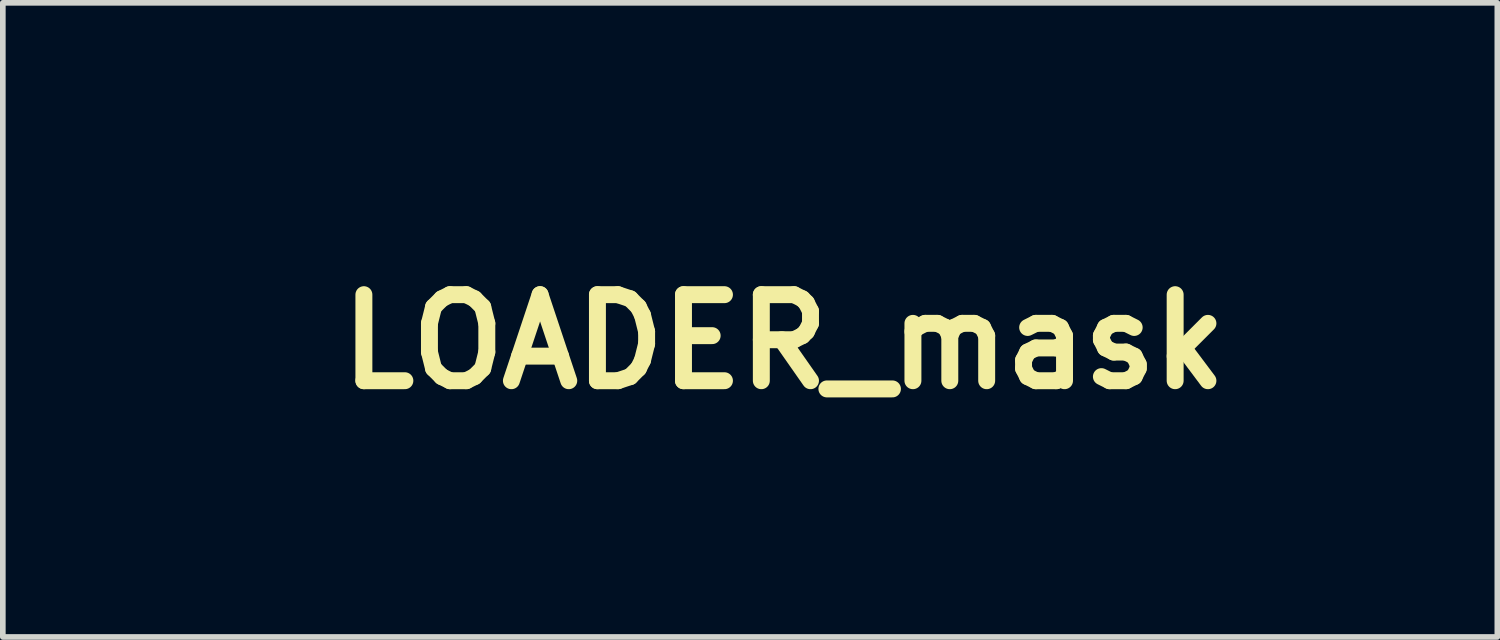
<source format=kicad_pcb>
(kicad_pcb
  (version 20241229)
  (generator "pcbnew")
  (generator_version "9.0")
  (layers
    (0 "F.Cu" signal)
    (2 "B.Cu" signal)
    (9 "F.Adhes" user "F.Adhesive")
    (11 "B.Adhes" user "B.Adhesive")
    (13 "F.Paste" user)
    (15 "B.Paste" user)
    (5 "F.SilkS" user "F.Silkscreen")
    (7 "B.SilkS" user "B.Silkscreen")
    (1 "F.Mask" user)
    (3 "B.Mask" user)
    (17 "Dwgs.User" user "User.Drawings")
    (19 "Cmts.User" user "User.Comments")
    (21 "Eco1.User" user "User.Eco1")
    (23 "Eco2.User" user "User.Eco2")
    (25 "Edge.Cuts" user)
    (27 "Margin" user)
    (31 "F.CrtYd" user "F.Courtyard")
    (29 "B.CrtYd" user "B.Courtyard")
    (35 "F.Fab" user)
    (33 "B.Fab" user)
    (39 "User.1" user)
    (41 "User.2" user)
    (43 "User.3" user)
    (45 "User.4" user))
  (footprint "LOADER_mask"
    (layer "F.Cu")
    (at 10.834 3.004)
    (property "Reference" "LOADER_mask" (at 0 0 0) (layer "F.SilkS") (effects (font (size 1.524 1.524) (thickness 0.3))))
    (attr through_hole)
    (fp_poly (pts (xy 4.44 -2.998) (xy 4.485 -2.997) (xy 4.508 -2.994) (xy 4.534 -2.984) (xy 4.558 -2.969) (xy 4.582 -2.944) (xy 4.606 -2.909) (xy 4.634 -2.859) (xy 4.665 -2.792) (xy 4.703 -2.707) (xy 4.733 -2.634) (xy 4.766 -2.555) (xy 4.808 -2.455) (xy 4.858 -2.335) (xy 4.915 -2.197) (xy 4.979 -2.044) (xy 5.049 -1.876) (xy 5.124 -1.697) (xy 5.204 -1.507) (xy 5.286 -1.309) (xy 5.372 -1.104) (xy 5.459 -0.895) (xy 5.548 -0.683) (xy 5.637 -0.47) (xy 5.725 -0.259) (xy 5.812 -0.05) (xy 5.897 0.154) (xy 5.979 0.351) (xy 6.058 0.539) (xy 6.132 0.717) (xy 6.201 0.882) (xy 6.264 1.033) (xy 6.321 1.168) (xy 6.37 1.284) (xy 6.41 1.381) (xy 6.43 1.429) (xy 6.49 1.573) (xy 6.541 1.695) (xy 6.583 1.799) (xy 6.617 1.884) (xy 6.644 1.954) (xy 6.663 2.01) (xy 6.676 2.055) (xy 6.683 2.089) (xy 6.685 2.116) (xy 6.682 2.137) (xy 6.675 2.153) (xy 6.664 2.168) (xy 6.651 2.181) (xy 6.616 2.216) (xy 6.378 2.219) (xy 6.293 2.22) (xy 6.229 2.22) (xy 6.182 2.219) (xy 6.147 2.216) (xy 6.121 2.211) (xy 6.099 2.203) (xy 6.087 2.198) (xy 6.037 2.164) (xy 6.008 2.123) (xy 6 2.104) (xy 5.982 2.063) (xy 5.954 1.998) (xy 5.917 1.911) (xy 5.871 1.802) (xy 5.816 1.672) (xy 5.752 1.52) (xy 5.68 1.348) (xy 5.599 1.155) (xy 5.509 0.942) (xy 5.412 0.709) (xy 5.306 0.457) (xy 5.192 0.186) (xy 5.071 -0.104) (xy 4.942 -0.412) (xy 4.806 -0.737) (xy 4.662 -1.081) (xy 4.541 -1.372) (xy 4.489 -1.496) (xy 4.429 -1.637) (xy 4.366 -1.788) (xy 4.301 -1.943) (xy 4.238 -2.095) (xy 4.178 -2.237) (xy 4.139 -2.33) (xy 4.084 -2.461) (xy 4.039 -2.571) (xy 4.002 -2.662) (xy 3.974 -2.736) (xy 3.953 -2.795) (xy 3.94 -2.841) (xy 3.933 -2.877) (xy 3.931 -2.904) (xy 3.935 -2.925) (xy 3.943 -2.942) (xy 3.955 -2.958) (xy 3.96 -2.962) (xy 3.971 -2.972) (xy 3.984 -2.98) (xy 4.003 -2.985) (xy 4.032 -2.989) (xy 4.074 -2.992) (xy 4.134 -2.994) (xy 4.214 -2.997) (xy 4.23 -2.997) (xy 4.308 -2.999) (xy 4.38 -2.999) (xy 4.44 -2.998)) (stroke (width 0.01) (type solid)) (fill yes) (layer "F.Mask"))
    (fp_poly (pts (xy 7.386 -2.998) (xy 7.431 -2.997) (xy 7.454 -2.994) (xy 7.481 -2.984) (xy 7.505 -2.969) (xy 7.528 -2.944) (xy 7.553 -2.909) (xy 7.58 -2.859) (xy 7.612 -2.792) (xy 7.649 -2.707) (xy 7.68 -2.634) (xy 7.713 -2.555) (xy 7.754 -2.455) (xy 7.804 -2.335) (xy 7.862 -2.197) (xy 7.926 -2.044) (xy 7.996 -1.876) (xy 8.071 -1.697) (xy 8.15 -1.507) (xy 8.233 -1.309) (xy 8.318 -1.104) (xy 8.406 -0.895) (xy 8.494 -0.683) (xy 8.583 -0.47) (xy 8.671 -0.259) (xy 8.758 -0.05) (xy 8.843 0.154) (xy 8.926 0.351) (xy 9.004 0.539) (xy 9.079 0.717) (xy 9.148 0.882) (xy 9.211 1.033) (xy 9.267 1.168) (xy 9.316 1.284) (xy 9.356 1.381) (xy 9.376 1.429) (xy 9.436 1.573) (xy 9.487 1.695) (xy 9.53 1.799) (xy 9.564 1.884) (xy 9.59 1.954) (xy 9.609 2.01) (xy 9.622 2.055) (xy 9.629 2.089) (xy 9.631 2.116) (xy 9.628 2.137) (xy 9.621 2.153) (xy 9.61 2.168) (xy 9.598 2.181) (xy 9.563 2.216) (xy 9.325 2.219) (xy 9.239 2.22) (xy 9.175 2.22) (xy 9.128 2.219) (xy 9.093 2.216) (xy 9.067 2.211) (xy 9.045 2.203) (xy 9.034 2.198) (xy 8.984 2.164) (xy 8.955 2.123) (xy 8.946 2.104) (xy 8.928 2.063) (xy 8.901 1.998) (xy 8.864 1.911) (xy 8.818 1.802) (xy 8.763 1.672) (xy 8.699 1.52) (xy 8.626 1.348) (xy 8.545 1.155) (xy 8.456 0.942) (xy 8.358 0.709) (xy 8.252 0.457) (xy 8.139 0.186) (xy 8.018 -0.104) (xy 7.889 -0.412) (xy 7.752 -0.737) (xy 7.609 -1.081) (xy 7.487 -1.372) (xy 7.435 -1.496) (xy 7.376 -1.637) (xy 7.313 -1.788) (xy 7.248 -1.943) (xy 7.184 -2.095) (xy 7.124 -2.237) (xy 7.085 -2.33) (xy 7.031 -2.461) (xy 6.985 -2.571) (xy 6.949 -2.662) (xy 6.921 -2.736) (xy 6.9 -2.795) (xy 6.886 -2.841) (xy 6.879 -2.877) (xy 6.877 -2.904) (xy 6.881 -2.925) (xy 6.889 -2.942) (xy 6.902 -2.958) (xy 6.906 -2.962) (xy 6.917 -2.972) (xy 6.931 -2.98) (xy 6.95 -2.985) (xy 6.979 -2.989) (xy 7.021 -2.992) (xy 7.08 -2.994) (xy 7.161 -2.997) (xy 7.176 -2.997) (xy 7.254 -2.999) (xy 7.326 -2.999) (xy 7.386 -2.998)) (stroke (width 0.01) (type solid)) (fill yes) (layer "F.Mask"))
    (fp_poly (pts (xy -10.497 -2.998) (xy -10.401 -2.997) (xy -10.327 -2.995) (xy -10.271 -2.99) (xy -10.23 -2.983) (xy -10.201 -2.971) (xy -10.178 -2.955) (xy -10.16 -2.934) (xy -10.148 -2.915) (xy -10.139 -2.896) (xy -10.121 -2.856) (xy -10.095 -2.798) (xy -10.063 -2.722) (xy -10.024 -2.632) (xy -9.981 -2.529) (xy -9.933 -2.416) (xy -9.883 -2.295) (xy -9.839 -2.191) (xy -9.768 -2.021) (xy -9.692 -1.838) (xy -9.61 -1.642) (xy -9.524 -1.436) (xy -9.434 -1.222) (xy -9.342 -1.002) (xy -9.249 -0.777) (xy -9.154 -0.551) (xy -9.06 -0.325) (xy -8.967 -0.101) (xy -8.875 0.119) (xy -8.786 0.332) (xy -8.7 0.537) (xy -8.619 0.731) (xy -8.543 0.913) (xy -8.473 1.081) (xy -8.41 1.232) (xy -8.355 1.364) (xy -8.308 1.475) (xy -8.296 1.505) (xy -8.239 1.641) (xy -8.192 1.755) (xy -8.153 1.85) (xy -8.123 1.928) (xy -8.1 1.991) (xy -8.084 2.041) (xy -8.075 2.08) (xy -8.072 2.11) (xy -8.075 2.133) (xy -8.082 2.152) (xy -8.093 2.167) (xy -8.109 2.182) (xy -8.112 2.185) (xy -8.154 2.223) (xy -8.385 2.222) (xy -8.47 2.222) (xy -8.534 2.221) (xy -8.581 2.218) (xy -8.616 2.214) (xy -8.643 2.208) (xy -8.666 2.2) (xy -8.672 2.197) (xy -8.686 2.191) (xy -8.699 2.184) (xy -8.71 2.174) (xy -8.723 2.16) (xy -8.736 2.14) (xy -8.752 2.112) (xy -8.771 2.073) (xy -8.794 2.023) (xy -8.823 1.958) (xy -8.857 1.877) (xy -8.899 1.777) (xy -8.949 1.658) (xy -8.992 1.556) (xy -9.035 1.453) (xy -9.086 1.331) (xy -9.142 1.196) (xy -9.203 1.051) (xy -9.265 0.902) (xy -9.328 0.753) (xy -9.388 0.609) (xy -9.43 0.508) (xy -9.477 0.396) (xy -9.532 0.264) (xy -9.594 0.116) (xy -9.662 -0.046) (xy -9.734 -0.218) (xy -9.809 -0.397) (xy -9.885 -0.58) (xy -9.962 -0.762) (xy -10.037 -0.941) (xy -10.109 -1.113) (xy -10.116 -1.13) (xy -10.183 -1.291) (xy -10.25 -1.451) (xy -10.316 -1.608) (xy -10.379 -1.758) (xy -10.439 -1.901) (xy -10.495 -2.034) (xy -10.545 -2.154) (xy -10.589 -2.258) (xy -10.625 -2.345) (xy -10.654 -2.412) (xy -10.664 -2.438) (xy -10.711 -2.549) (xy -10.749 -2.64) (xy -10.778 -2.711) (xy -10.8 -2.768) (xy -10.815 -2.811) (xy -10.824 -2.844) (xy -10.829 -2.868) (xy -10.829 -2.887) (xy -10.827 -2.904) (xy -10.825 -2.91) (xy -10.807 -2.947) (xy -10.781 -2.975) (xy -10.768 -2.983) (xy -10.752 -2.989) (xy -10.728 -2.993) (xy -10.695 -2.996) (xy -10.646 -2.998) (xy -10.58 -2.998) (xy -10.497 -2.998)) (stroke (width 0.01) (type solid)) (fill yes) (layer "F.Mask"))
    (fp_poly (pts (xy -7.55 -2.998) (xy -7.455 -2.997) (xy -7.381 -2.995) (xy -7.325 -2.99) (xy -7.284 -2.983) (xy -7.254 -2.971) (xy -7.232 -2.955) (xy -7.214 -2.934) (xy -7.201 -2.915) (xy -7.192 -2.896) (xy -7.175 -2.856) (xy -7.149 -2.798) (xy -7.116 -2.722) (xy -7.078 -2.632) (xy -7.034 -2.529) (xy -6.987 -2.416) (xy -6.936 -2.295) (xy -6.892 -2.191) (xy -6.822 -2.021) (xy -6.745 -1.838) (xy -6.663 -1.642) (xy -6.577 -1.436) (xy -6.488 -1.222) (xy -6.396 -1.002) (xy -6.302 -0.777) (xy -6.208 -0.551) (xy -6.114 -0.325) (xy -6.02 -0.101) (xy -5.928 0.119) (xy -5.839 0.332) (xy -5.754 0.537) (xy -5.672 0.731) (xy -5.596 0.913) (xy -5.526 1.081) (xy -5.463 1.232) (xy -5.408 1.364) (xy -5.362 1.475) (xy -5.349 1.505) (xy -5.293 1.641) (xy -5.245 1.755) (xy -5.207 1.85) (xy -5.176 1.928) (xy -5.154 1.991) (xy -5.138 2.041) (xy -5.129 2.08) (xy -5.126 2.11) (xy -5.128 2.133) (xy -5.135 2.152) (xy -5.147 2.167) (xy -5.162 2.182) (xy -5.166 2.185) (xy -5.207 2.223) (xy -5.439 2.222) (xy -5.524 2.222) (xy -5.588 2.221) (xy -5.635 2.218) (xy -5.67 2.214) (xy -5.696 2.208) (xy -5.719 2.2) (xy -5.725 2.197) (xy -5.739 2.191) (xy -5.752 2.184) (xy -5.764 2.174) (xy -5.776 2.16) (xy -5.79 2.14) (xy -5.806 2.112) (xy -5.825 2.073) (xy -5.848 2.023) (xy -5.876 1.958) (xy -5.911 1.877) (xy -5.953 1.777) (xy -6.002 1.658) (xy -6.045 1.556) (xy -6.088 1.453) (xy -6.139 1.331) (xy -6.196 1.196) (xy -6.256 1.051) (xy -6.319 0.902) (xy -6.381 0.753) (xy -6.441 0.609) (xy -6.484 0.508) (xy -6.53 0.396) (xy -6.586 0.264) (xy -6.648 0.116) (xy -6.716 -0.046) (xy -6.788 -0.218) (xy -6.863 -0.397) (xy -6.939 -0.58) (xy -7.015 -0.762) (xy -7.09 -0.941) (xy -7.162 -1.113) (xy -7.17 -1.13) (xy -7.237 -1.291) (xy -7.304 -1.451) (xy -7.369 -1.608) (xy -7.433 -1.758) (xy -7.493 -1.901) (xy -7.548 -2.034) (xy -7.598 -2.154) (xy -7.642 -2.258) (xy -7.679 -2.345) (xy -7.707 -2.412) (xy -7.718 -2.438) (xy -7.765 -2.549) (xy -7.802 -2.64) (xy -7.831 -2.711) (xy -7.853 -2.768) (xy -7.868 -2.811) (xy -7.878 -2.844) (xy -7.882 -2.868) (xy -7.883 -2.887) (xy -7.881 -2.904) (xy -7.879 -2.91) (xy -7.86 -2.947) (xy -7.835 -2.975) (xy -7.822 -2.983) (xy -7.805 -2.989) (xy -7.782 -2.993) (xy -7.748 -2.996) (xy -7.7 -2.998) (xy -7.634 -2.998) (xy -7.55 -2.998)) (stroke (width 0.01) (type solid)) (fill yes) (layer "F.Mask"))
    (fp_poly (pts (xy -4.604 -2.998) (xy -4.508 -2.997) (xy -4.434 -2.995) (xy -4.379 -2.99) (xy -4.338 -2.983) (xy -4.308 -2.971) (xy -4.286 -2.955) (xy -4.268 -2.934) (xy -4.255 -2.915) (xy -4.246 -2.896) (xy -4.228 -2.856) (xy -4.203 -2.798) (xy -4.17 -2.722) (xy -4.132 -2.632) (xy -4.088 -2.529) (xy -4.04 -2.416) (xy -3.99 -2.295) (xy -3.946 -2.191) (xy -3.875 -2.021) (xy -3.799 -1.838) (xy -3.717 -1.642) (xy -3.631 -1.436) (xy -3.542 -1.222) (xy -3.45 -1.002) (xy -3.356 -0.777) (xy -3.262 -0.551) (xy -3.167 -0.325) (xy -3.074 -0.101) (xy -2.982 0.119) (xy -2.893 0.332) (xy -2.807 0.537) (xy -2.726 0.731) (xy -2.65 0.913) (xy -2.58 1.081) (xy -2.517 1.232) (xy -2.462 1.364) (xy -2.415 1.475) (xy -2.403 1.505) (xy -2.346 1.641) (xy -2.299 1.755) (xy -2.26 1.85) (xy -2.23 1.928) (xy -2.207 1.991) (xy -2.192 2.041) (xy -2.183 2.08) (xy -2.179 2.11) (xy -2.182 2.133) (xy -2.189 2.152) (xy -2.201 2.167) (xy -2.216 2.182) (xy -2.22 2.185) (xy -2.261 2.223) (xy -2.493 2.222) (xy -2.577 2.222) (xy -2.641 2.221) (xy -2.688 2.218) (xy -2.723 2.214) (xy -2.75 2.208) (xy -2.773 2.2) (xy -2.779 2.197) (xy -2.793 2.191) (xy -2.806 2.184) (xy -2.818 2.174) (xy -2.83 2.16) (xy -2.843 2.14) (xy -2.859 2.112) (xy -2.878 2.073) (xy -2.901 2.023) (xy -2.93 1.958) (xy -2.964 1.877) (xy -3.006 1.777) (xy -3.056 1.658) (xy -3.099 1.556) (xy -3.142 1.453) (xy -3.193 1.331) (xy -3.249 1.196) (xy -3.31 1.051) (xy -3.372 0.902) (xy -3.435 0.753) (xy -3.495 0.609) (xy -3.537 0.508) (xy -3.584 0.396) (xy -3.639 0.264) (xy -3.701 0.116) (xy -3.769 -0.046) (xy -3.841 -0.218) (xy -3.916 -0.397) (xy -3.993 -0.58) (xy -4.069 -0.762) (xy -4.144 -0.941) (xy -4.216 -1.113) (xy -4.223 -1.13) (xy -4.29 -1.291) (xy -4.357 -1.451) (xy -4.423 -1.608) (xy -4.486 -1.758) (xy -4.546 -1.901) (xy -4.602 -2.034) (xy -4.652 -2.154) (xy -4.696 -2.258) (xy -4.732 -2.345) (xy -4.761 -2.412) (xy -4.772 -2.438) (xy -4.818 -2.549) (xy -4.856 -2.64) (xy -4.885 -2.711) (xy -4.907 -2.768) (xy -4.922 -2.811) (xy -4.931 -2.844) (xy -4.936 -2.868) (xy -4.937 -2.887) (xy -4.934 -2.904) (xy -4.932 -2.91) (xy -4.914 -2.947) (xy -4.888 -2.975) (xy -4.875 -2.983) (xy -4.859 -2.989) (xy -4.836 -2.993) (xy -4.802 -2.996) (xy -4.754 -2.998) (xy -4.687 -2.998) (xy -4.604 -2.998)) (stroke (width 0.01) (type solid)) (fill yes) (layer "F.Mask"))
    (fp_poly (pts (xy -1.559 -2.997) (xy -1.492 -2.996) (xy -1.443 -2.994) (xy -1.408 -2.991) (xy -1.384 -2.987) (xy -1.367 -2.98) (xy -1.355 -2.974) (xy -1.336 -2.96) (xy -1.32 -2.945) (xy -1.304 -2.925) (xy -1.287 -2.896) (xy -1.267 -2.856) (xy -1.243 -2.802) (xy -1.212 -2.729) (xy -1.182 -2.658) (xy -1.167 -2.621) (xy -1.149 -2.577) (xy -1.127 -2.526) (xy -1.102 -2.466) (xy -1.073 -2.396) (xy -1.04 -2.316) (xy -1.002 -2.225) (xy -0.958 -2.122) (xy -0.91 -2.005) (xy -0.855 -1.875) (xy -0.795 -1.73) (xy -0.728 -1.569) (xy -0.654 -1.391) (xy -0.572 -1.197) (xy -0.483 -0.984) (xy -0.387 -0.752) (xy -0.281 -0.5) (xy -0.168 -0.227) (xy -0.045 0.067) (xy 0.088 0.384) (xy 0.089 0.387) (xy 0.154 0.542) (xy 0.219 0.699) (xy 0.284 0.855) (xy 0.348 1.008) (xy 0.409 1.154) (xy 0.466 1.29) (xy 0.518 1.414) (xy 0.563 1.522) (xy 0.601 1.612) (xy 0.62 1.657) (xy 0.668 1.774) (xy 0.708 1.87) (xy 0.738 1.947) (xy 0.759 2.009) (xy 0.773 2.057) (xy 0.78 2.094) (xy 0.779 2.123) (xy 0.773 2.145) (xy 0.761 2.164) (xy 0.743 2.182) (xy 0.74 2.185) (xy 0.698 2.223) (xy 0.46 2.222) (xy 0.375 2.221) (xy 0.311 2.22) (xy 0.264 2.218) (xy 0.23 2.214) (xy 0.205 2.209) (xy 0.185 2.201) (xy 0.175 2.196) (xy 0.13 2.161) (xy 0.103 2.123) (xy 0.092 2.101) (xy 0.073 2.058) (xy 0.047 1.997) (xy 0.015 1.921) (xy -0.022 1.833) (xy -0.064 1.736) (xy -0.107 1.632) (xy -0.121 1.599) (xy -0.17 1.483) (xy -0.226 1.348) (xy -0.288 1.201) (xy -0.352 1.047) (xy -0.418 0.892) (xy -0.481 0.74) (xy -0.541 0.597) (xy -0.565 0.54) (xy -0.63 0.384) (xy -0.701 0.215) (xy -0.776 0.037) (xy -0.853 -0.148) (xy -0.932 -0.336) (xy -1.011 -0.525) (xy -1.089 -0.712) (xy -1.165 -0.894) (xy -1.238 -1.067) (xy -1.306 -1.23) (xy -1.368 -1.379) (xy -1.423 -1.51) (xy -1.47 -1.622) (xy -1.479 -1.645) (xy -1.513 -1.724) (xy -1.554 -1.822) (xy -1.6 -1.934) (xy -1.65 -2.053) (xy -1.702 -2.175) (xy -1.752 -2.295) (xy -1.785 -2.375) (xy -1.838 -2.501) (xy -1.881 -2.606) (xy -1.915 -2.692) (xy -1.941 -2.761) (xy -1.959 -2.816) (xy -1.97 -2.859) (xy -1.975 -2.891) (xy -1.973 -2.916) (xy -1.966 -2.936) (xy -1.954 -2.952) (xy -1.939 -2.967) (xy -1.926 -2.977) (xy -1.913 -2.985) (xy -1.895 -2.99) (xy -1.87 -2.994) (xy -1.832 -2.996) (xy -1.78 -2.997) (xy -1.708 -2.997) (xy -1.647 -2.997) (xy -1.559 -2.997)) (stroke (width 0.01) (type solid)) (fill yes) (layer "F.Mask"))
    (fp_poly (pts (xy 1.388 -2.997) (xy 1.455 -2.996) (xy 1.504 -2.994) (xy 1.538 -2.991) (xy 1.562 -2.987) (xy 1.58 -2.98) (xy 1.591 -2.974) (xy 1.61 -2.96) (xy 1.626 -2.945) (xy 1.642 -2.925) (xy 1.659 -2.896) (xy 1.679 -2.856) (xy 1.703 -2.802) (xy 1.734 -2.729) (xy 1.764 -2.658) (xy 1.78 -2.621) (xy 1.798 -2.577) (xy 1.819 -2.526) (xy 1.844 -2.466) (xy 1.873 -2.396) (xy 1.907 -2.316) (xy 1.945 -2.225) (xy 1.988 -2.122) (xy 2.037 -2.005) (xy 2.091 -1.875) (xy 2.152 -1.73) (xy 2.219 -1.569) (xy 2.293 -1.391) (xy 2.374 -1.197) (xy 2.463 -0.984) (xy 2.56 -0.752) (xy 2.665 -0.5) (xy 2.779 -0.227) (xy 2.902 0.067) (xy 3.034 0.384) (xy 3.035 0.387) (xy 3.1 0.542) (xy 3.165 0.699) (xy 3.231 0.855) (xy 3.295 1.008) (xy 3.356 1.154) (xy 3.413 1.29) (xy 3.464 1.414) (xy 3.51 1.522) (xy 3.547 1.612) (xy 3.566 1.657) (xy 3.615 1.774) (xy 3.654 1.87) (xy 3.684 1.947) (xy 3.706 2.009) (xy 3.72 2.057) (xy 3.726 2.094) (xy 3.726 2.123) (xy 3.719 2.145) (xy 3.707 2.164) (xy 3.69 2.182) (xy 3.686 2.185) (xy 3.644 2.223) (xy 3.407 2.222) (xy 3.321 2.221) (xy 3.257 2.22) (xy 3.21 2.218) (xy 3.176 2.214) (xy 3.151 2.209) (xy 3.131 2.201) (xy 3.121 2.196) (xy 3.077 2.161) (xy 3.049 2.123) (xy 3.039 2.101) (xy 3.02 2.058) (xy 2.994 1.997) (xy 2.961 1.921) (xy 2.924 1.833) (xy 2.883 1.736) (xy 2.839 1.632) (xy 2.825 1.599) (xy 2.776 1.483) (xy 2.72 1.348) (xy 2.659 1.201) (xy 2.594 1.047) (xy 2.529 0.892) (xy 2.465 0.74) (xy 2.405 0.597) (xy 2.381 0.54) (xy 2.316 0.384) (xy 2.245 0.215) (xy 2.171 0.037) (xy 2.094 -0.148) (xy 2.015 -0.336) (xy 1.936 -0.525) (xy 1.857 -0.712) (xy 1.781 -0.894) (xy 1.709 -1.067) (xy 1.64 -1.23) (xy 1.578 -1.379) (xy 1.523 -1.51) (xy 1.476 -1.622) (xy 1.467 -1.645) (xy 1.434 -1.724) (xy 1.393 -1.822) (xy 1.346 -1.934) (xy 1.296 -2.053) (xy 1.245 -2.175) (xy 1.195 -2.295) (xy 1.161 -2.375) (xy 1.109 -2.501) (xy 1.066 -2.606) (xy 1.031 -2.692) (xy 1.005 -2.761) (xy 0.987 -2.816) (xy 0.976 -2.859) (xy 0.972 -2.891) (xy 0.973 -2.916) (xy 0.98 -2.936) (xy 0.992 -2.952) (xy 1.007 -2.967) (xy 1.02 -2.977) (xy 1.033 -2.985) (xy 1.051 -2.99) (xy 1.077 -2.994) (xy 1.114 -2.996) (xy 1.167 -2.997) (xy 1.239 -2.997) (xy 1.299 -2.997) (xy 1.388 -2.997)) (stroke (width 0.01) (type solid)) (fill yes) (layer "F.Mask")))
  (gr_rect
    (start -3 -3)
    (end 23.471 8.232)
    (stroke (width 0.1) (type default))
    (fill no)
    (layer "Edge.Cuts")))
</source>
